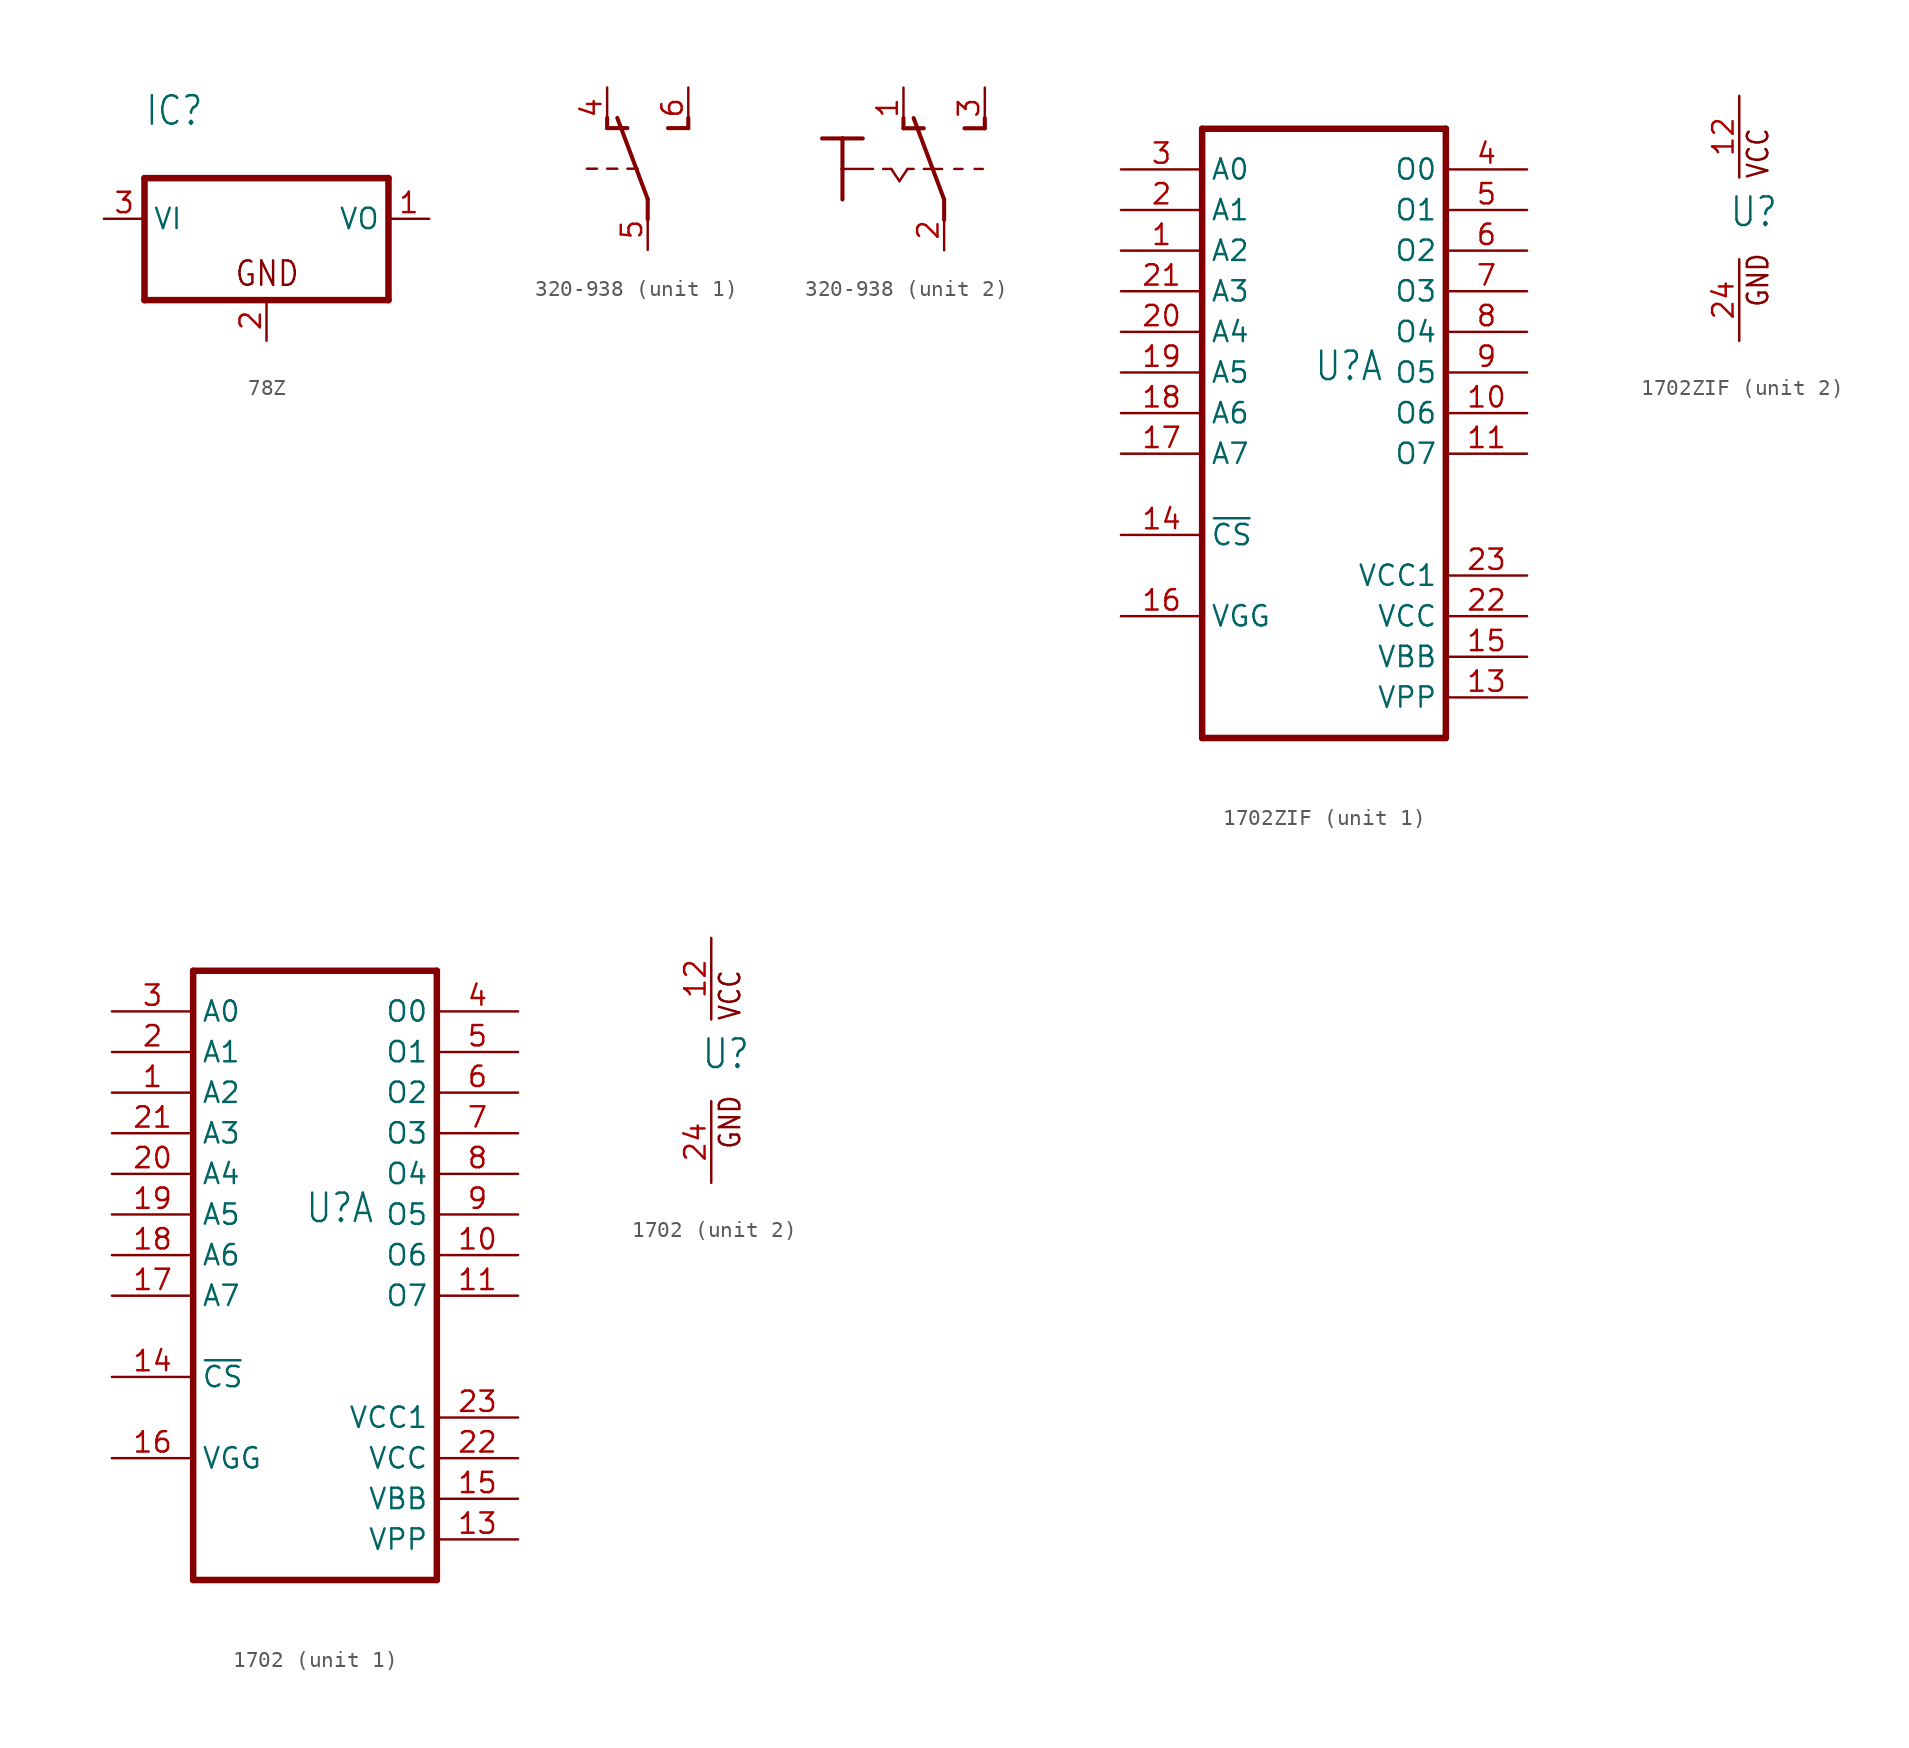
<source format=kicad_sym>
(kicad_symbol_lib
  (version 20220914)
  (generator kicad_symbol_editor)
  (symbol "78Z"
    (property "Reference" "IC"
      (at -7.62 5.715 0)
      (effects (font (size 1.778 1.511)) (justify left bottom)))
    (property "Value" ""
      (at -7.62 3.175 0)
      (effects (font (size 1.778 1.511)) (justify left bottom)))
    (property "ki_locked" ""
      (at 0 0 0)
      (effects (font (size 1.27 1.27))))
    (symbol "78Z_1_0"
      (polyline (pts (xy -7.62 -5.08) (xy 7.62 -5.08)) (stroke (width 0.406) (type solid)) (fill (type none)))
      (polyline (pts (xy -7.62 2.54) (xy -7.62 -5.08)) (stroke (width 0.406) (type solid)) (fill (type none)))
      (polyline (pts (xy 7.62 -5.08) (xy 7.62 2.54)) (stroke (width 0.406) (type solid)) (fill (type none)))
      (polyline (pts (xy 7.62 2.54) (xy -7.62 2.54)) (stroke (width 0.406) (type solid)) (fill (type none)))
      (text "GND" (at -2.032 -4.318 0) (effects (font (size 1.524 1.295)) (justify left bottom)))
      (pin passive line (at 10.16 0 180) (length 2.54) (name "VO" (effects (font (size 1.27 1.27)))) (number "1" (effects (font (size 1.27 1.27)))))
      (pin passive line (at 0 -7.62 90) (length 2.54) (name "GND" (effects (font (size 0 0)))) (number "2" (effects (font (size 1.27 1.27)))))
      (pin input line (at -10.16 0 0) (length 2.54) (name "VI" (effects (font (size 1.27 1.27)))) (number "3" (effects (font (size 1.27 1.27)))))))
  (symbol "320-938"
    (property "Reference" "S"
      (at -6.35 -1.905 90)
      (effects (font (size 1.778 1.511)) (justify left bottom) hide))
    (property "ki_locked" ""
      (at 0 0 0)
      (effects (font (size 1.27 1.27))))
    (symbol "320-938_1_0"
      (polyline (pts (xy -3.175 0) (xy -3.81 0)) (stroke (width 0.152) (type solid)) (fill (type none)))
      (polyline (pts (xy -2.54 2.54) (xy -2.54 3.175)) (stroke (width 0.254) (type solid)) (fill (type none)))
      (polyline (pts (xy -2.54 2.54) (xy -1.27 2.54)) (stroke (width 0.254) (type solid)) (fill (type none)))
      (polyline (pts (xy -1.905 0) (xy -2.54 0)) (stroke (width 0.152) (type solid)) (fill (type none)))
      (polyline (pts (xy -0.635 0) (xy -1.27 0)) (stroke (width 0.152) (type solid)) (fill (type none)))
      (polyline (pts (xy 0 -3.175) (xy 0 -1.905)) (stroke (width 0.254) (type solid)) (fill (type none)))
      (polyline (pts (xy 0 -1.905) (xy -1.905 3.175)) (stroke (width 0.254) (type solid)) (fill (type none)))
      (polyline (pts (xy 1.27 2.54) (xy 2.54 2.54)) (stroke (width 0.254) (type solid)) (fill (type none)))
      (polyline (pts (xy 2.54 2.54) (xy 2.54 3.175)) (stroke (width 0.254) (type solid)) (fill (type none)))
      (pin passive line (at -2.54 5.08 270) (length 2.54) (name "O" (effects (font (size 0 0)))) (number "4" (effects (font (size 1.27 1.27)))))
      (pin passive line (at 0 -5.08 90) (length 2.54) (name "P" (effects (font (size 0 0)))) (number "5" (effects (font (size 1.27 1.27)))))
      (pin passive line (at 2.54 5.08 270) (length 2.54) (name "S" (effects (font (size 0 0)))) (number "6" (effects (font (size 1.27 1.27))))))
    (symbol "320-938_2_0"
      (polyline (pts (xy -5.08 1.905) (xy -3.81 1.905)) (stroke (width 0.254) (type solid)) (fill (type none)))
      (polyline (pts (xy -3.81 0) (xy -3.81 -1.905)) (stroke (width 0.254) (type solid)) (fill (type none)))
      (polyline (pts (xy -3.81 0) (xy -1.905 0)) (stroke (width 0.152) (type solid)) (fill (type none)))
      (polyline (pts (xy -3.81 1.905) (xy -3.81 0)) (stroke (width 0.254) (type solid)) (fill (type none)))
      (polyline (pts (xy -3.81 1.905) (xy -2.54 1.905)) (stroke (width 0.254) (type solid)) (fill (type none)))
      (polyline (pts (xy -1.27 0) (xy -0.762 0)) (stroke (width 0.152) (type solid)) (fill (type none)))
      (polyline (pts (xy -0.762 0) (xy -0.254 -0.762)) (stroke (width 0.152) (type solid)) (fill (type none)))
      (polyline (pts (xy -0.254 -0.762) (xy 0.254 0)) (stroke (width 0.152) (type solid)) (fill (type none)))
      (polyline (pts (xy 0 2.54) (xy 0 3.175)) (stroke (width 0.254) (type solid)) (fill (type none)))
      (polyline (pts (xy 0 2.54) (xy 1.27 2.54)) (stroke (width 0.254) (type solid)) (fill (type none)))
      (polyline (pts (xy 0.254 0) (xy 0.635 0)) (stroke (width 0.152) (type solid)) (fill (type none)))
      (polyline (pts (xy 1.27 0) (xy 1.905 0)) (stroke (width 0.152) (type solid)) (fill (type none)))
      (polyline (pts (xy 1.905 0) (xy 2.413 0)) (stroke (width 0.152) (type solid)) (fill (type none)))
      (polyline (pts (xy 2.54 -3.175) (xy 2.54 -1.905)) (stroke (width 0.254) (type solid)) (fill (type none)))
      (polyline (pts (xy 2.54 -1.905) (xy 0.635 3.175)) (stroke (width 0.254) (type solid)) (fill (type none)))
      (polyline (pts (xy 3.175 0) (xy 3.683 0)) (stroke (width 0.152) (type solid)) (fill (type none)))
      (polyline (pts (xy 3.81 2.54) (xy 5.08 2.54)) (stroke (width 0.254) (type solid)) (fill (type none)))
      (polyline (pts (xy 4.445 0) (xy 4.953 0)) (stroke (width 0.152) (type solid)) (fill (type none)))
      (polyline (pts (xy 5.08 2.54) (xy 5.08 3.175)) (stroke (width 0.254) (type solid)) (fill (type none)))
      (pin passive line (at 0 5.08 270) (length 2.54) (name "O" (effects (font (size 0 0)))) (number "1" (effects (font (size 1.27 1.27)))))
      (pin passive line (at 2.54 -5.08 90) (length 2.54) (name "P" (effects (font (size 0 0)))) (number "2" (effects (font (size 1.27 1.27)))))
      (pin passive line (at 5.08 5.08 270) (length 2.54) (name "S" (effects (font (size 0 0)))) (number "3" (effects (font (size 1.27 1.27)))))))
  (symbol "1702ZIF"
    (property "Reference" "U"
      (at -0.635 -0.635 0)
      (effects (font (size 1.778 1.511)) (justify left bottom)))
    (property "ki_locked" ""
      (at 0 0 0)
      (effects (font (size 1.27 1.27))))
    (symbol "1702ZIF_1_0"
      (polyline (pts (xy -7.62 -22.86) (xy 7.62 -22.86)) (stroke (width 0.406) (type solid)) (fill (type none)))
      (polyline (pts (xy -7.62 15.24) (xy -7.62 -22.86)) (stroke (width 0.406) (type solid)) (fill (type none)))
      (polyline (pts (xy 7.62 -22.86) (xy 7.62 15.24)) (stroke (width 0.406) (type solid)) (fill (type none)))
      (polyline (pts (xy 7.62 15.24) (xy -7.62 15.24)) (stroke (width 0.406) (type solid)) (fill (type none)))
      (pin input line (at -12.7 7.62 0) (length 5.08) (name "A2" (effects (font (size 1.27 1.27)))) (number "1" (effects (font (size 1.27 1.27)))))
      (pin tri_state line (at 12.7 -2.54 180) (length 5.08) (name "O6" (effects (font (size 1.27 1.27)))) (number "10" (effects (font (size 1.27 1.27)))))
      (pin tri_state line (at 12.7 -5.08 180) (length 5.08) (name "O7" (effects (font (size 1.27 1.27)))) (number "11" (effects (font (size 1.27 1.27)))))
      (pin input line (at 12.7 -20.32 180) (length 5.08) (name "VPP" (effects (font (size 1.27 1.27)))) (number "13" (effects (font (size 1.27 1.27)))))
      (pin input line (at -12.7 -10.16 0) (length 5.08) (name "~{CS}" (effects (font (size 1.27 1.27)))) (number "14" (effects (font (size 1.27 1.27)))))
      (pin input line (at 12.7 -17.78 180) (length 5.08) (name "VBB" (effects (font (size 1.27 1.27)))) (number "15" (effects (font (size 1.27 1.27)))))
      (pin input line (at -12.7 -15.24 0) (length 5.08) (name "VGG" (effects (font (size 1.27 1.27)))) (number "16" (effects (font (size 1.27 1.27)))))
      (pin input line (at -12.7 -5.08 0) (length 5.08) (name "A7" (effects (font (size 1.27 1.27)))) (number "17" (effects (font (size 1.27 1.27)))))
      (pin input line (at -12.7 -2.54 0) (length 5.08) (name "A6" (effects (font (size 1.27 1.27)))) (number "18" (effects (font (size 1.27 1.27)))))
      (pin input line (at -12.7 0 0) (length 5.08) (name "A5" (effects (font (size 1.27 1.27)))) (number "19" (effects (font (size 1.27 1.27)))))
      (pin input line (at -12.7 10.16 0) (length 5.08) (name "A1" (effects (font (size 1.27 1.27)))) (number "2" (effects (font (size 1.27 1.27)))))
      (pin input line (at -12.7 2.54 0) (length 5.08) (name "A4" (effects (font (size 1.27 1.27)))) (number "20" (effects (font (size 1.27 1.27)))))
      (pin input line (at -12.7 5.08 0) (length 5.08) (name "A3" (effects (font (size 1.27 1.27)))) (number "21" (effects (font (size 1.27 1.27)))))
      (pin input line (at 12.7 -15.24 180) (length 5.08) (name "VCC" (effects (font (size 1.27 1.27)))) (number "22" (effects (font (size 1.27 1.27)))))
      (pin input line (at 12.7 -12.7 180) (length 5.08) (name "VCC1" (effects (font (size 1.27 1.27)))) (number "23" (effects (font (size 1.27 1.27)))))
      (pin input line (at -12.7 12.7 0) (length 5.08) (name "A0" (effects (font (size 1.27 1.27)))) (number "3" (effects (font (size 1.27 1.27)))))
      (pin tri_state line (at 12.7 12.7 180) (length 5.08) (name "O0" (effects (font (size 1.27 1.27)))) (number "4" (effects (font (size 1.27 1.27)))))
      (pin tri_state line (at 12.7 10.16 180) (length 5.08) (name "O1" (effects (font (size 1.27 1.27)))) (number "5" (effects (font (size 1.27 1.27)))))
      (pin tri_state line (at 12.7 7.62 180) (length 5.08) (name "O2" (effects (font (size 1.27 1.27)))) (number "6" (effects (font (size 1.27 1.27)))))
      (pin tri_state line (at 12.7 5.08 180) (length 5.08) (name "O3" (effects (font (size 1.27 1.27)))) (number "7" (effects (font (size 1.27 1.27)))))
      (pin tri_state line (at 12.7 2.54 180) (length 5.08) (name "O4" (effects (font (size 1.27 1.27)))) (number "8" (effects (font (size 1.27 1.27)))))
      (pin tri_state line (at 12.7 0 180) (length 5.08) (name "O5" (effects (font (size 1.27 1.27)))) (number "9" (effects (font (size 1.27 1.27))))))
    (symbol "1702ZIF_2_0"
      (text "GND" (at 1.905 -5.588 900) (effects (font (size 1.27 1.079)) (justify left bottom)))
      (text "VCC" (at 1.905 2.413 900) (effects (font (size 1.27 1.079)) (justify left bottom)))
      (pin power_in line (at 0 7.62 270) (length 5.08) (name "VCC" (effects (font (size 0 0)))) (number "12" (effects (font (size 1.27 1.27)))))
      (pin power_in line (at 0 -7.62 90) (length 5.08) (name "GND" (effects (font (size 0 0)))) (number "24" (effects (font (size 1.27 1.27)))))))
  (symbol "1702"
    (property "Reference" "U"
      (at -0.635 -0.635 0)
      (effects (font (size 1.778 1.511)) (justify left bottom)))
    (property "ki_locked" ""
      (at 0 0 0)
      (effects (font (size 1.27 1.27))))
    (symbol "1702_1_0"
      (polyline (pts (xy -7.62 -22.86) (xy 7.62 -22.86)) (stroke (width 0.406) (type solid)) (fill (type none)))
      (polyline (pts (xy -7.62 15.24) (xy -7.62 -22.86)) (stroke (width 0.406) (type solid)) (fill (type none)))
      (polyline (pts (xy 7.62 -22.86) (xy 7.62 15.24)) (stroke (width 0.406) (type solid)) (fill (type none)))
      (polyline (pts (xy 7.62 15.24) (xy -7.62 15.24)) (stroke (width 0.406) (type solid)) (fill (type none)))
      (pin input line (at -12.7 7.62 0) (length 5.08) (name "A2" (effects (font (size 1.27 1.27)))) (number "1" (effects (font (size 1.27 1.27)))))
      (pin tri_state line (at 12.7 -2.54 180) (length 5.08) (name "O6" (effects (font (size 1.27 1.27)))) (number "10" (effects (font (size 1.27 1.27)))))
      (pin tri_state line (at 12.7 -5.08 180) (length 5.08) (name "O7" (effects (font (size 1.27 1.27)))) (number "11" (effects (font (size 1.27 1.27)))))
      (pin input line (at 12.7 -20.32 180) (length 5.08) (name "VPP" (effects (font (size 1.27 1.27)))) (number "13" (effects (font (size 1.27 1.27)))))
      (pin input line (at -12.7 -10.16 0) (length 5.08) (name "~{CS}" (effects (font (size 1.27 1.27)))) (number "14" (effects (font (size 1.27 1.27)))))
      (pin input line (at 12.7 -17.78 180) (length 5.08) (name "VBB" (effects (font (size 1.27 1.27)))) (number "15" (effects (font (size 1.27 1.27)))))
      (pin input line (at -12.7 -15.24 0) (length 5.08) (name "VGG" (effects (font (size 1.27 1.27)))) (number "16" (effects (font (size 1.27 1.27)))))
      (pin input line (at -12.7 -5.08 0) (length 5.08) (name "A7" (effects (font (size 1.27 1.27)))) (number "17" (effects (font (size 1.27 1.27)))))
      (pin input line (at -12.7 -2.54 0) (length 5.08) (name "A6" (effects (font (size 1.27 1.27)))) (number "18" (effects (font (size 1.27 1.27)))))
      (pin input line (at -12.7 0 0) (length 5.08) (name "A5" (effects (font (size 1.27 1.27)))) (number "19" (effects (font (size 1.27 1.27)))))
      (pin input line (at -12.7 10.16 0) (length 5.08) (name "A1" (effects (font (size 1.27 1.27)))) (number "2" (effects (font (size 1.27 1.27)))))
      (pin input line (at -12.7 2.54 0) (length 5.08) (name "A4" (effects (font (size 1.27 1.27)))) (number "20" (effects (font (size 1.27 1.27)))))
      (pin input line (at -12.7 5.08 0) (length 5.08) (name "A3" (effects (font (size 1.27 1.27)))) (number "21" (effects (font (size 1.27 1.27)))))
      (pin input line (at 12.7 -15.24 180) (length 5.08) (name "VCC" (effects (font (size 1.27 1.27)))) (number "22" (effects (font (size 1.27 1.27)))))
      (pin input line (at 12.7 -12.7 180) (length 5.08) (name "VCC1" (effects (font (size 1.27 1.27)))) (number "23" (effects (font (size 1.27 1.27)))))
      (pin input line (at -12.7 12.7 0) (length 5.08) (name "A0" (effects (font (size 1.27 1.27)))) (number "3" (effects (font (size 1.27 1.27)))))
      (pin tri_state line (at 12.7 12.7 180) (length 5.08) (name "O0" (effects (font (size 1.27 1.27)))) (number "4" (effects (font (size 1.27 1.27)))))
      (pin tri_state line (at 12.7 10.16 180) (length 5.08) (name "O1" (effects (font (size 1.27 1.27)))) (number "5" (effects (font (size 1.27 1.27)))))
      (pin tri_state line (at 12.7 7.62 180) (length 5.08) (name "O2" (effects (font (size 1.27 1.27)))) (number "6" (effects (font (size 1.27 1.27)))))
      (pin tri_state line (at 12.7 5.08 180) (length 5.08) (name "O3" (effects (font (size 1.27 1.27)))) (number "7" (effects (font (size 1.27 1.27)))))
      (pin tri_state line (at 12.7 2.54 180) (length 5.08) (name "O4" (effects (font (size 1.27 1.27)))) (number "8" (effects (font (size 1.27 1.27)))))
      (pin tri_state line (at 12.7 0 180) (length 5.08) (name "O5" (effects (font (size 1.27 1.27)))) (number "9" (effects (font (size 1.27 1.27))))))
    (symbol "1702_2_0"
      (text "GND" (at 1.905 -5.588 900) (effects (font (size 1.27 1.079)) (justify left bottom)))
      (text "VCC" (at 1.905 2.413 900) (effects (font (size 1.27 1.079)) (justify left bottom)))
      (pin power_in line (at 0 7.62 270) (length 5.08) (name "VCC" (effects (font (size 0 0)))) (number "12" (effects (font (size 1.27 1.27)))))
      (pin power_in line (at 0 -7.62 90) (length 5.08) (name "GND" (effects (font (size 0 0)))) (number "24" (effects (font (size 1.27 1.27))))))))
</source>
